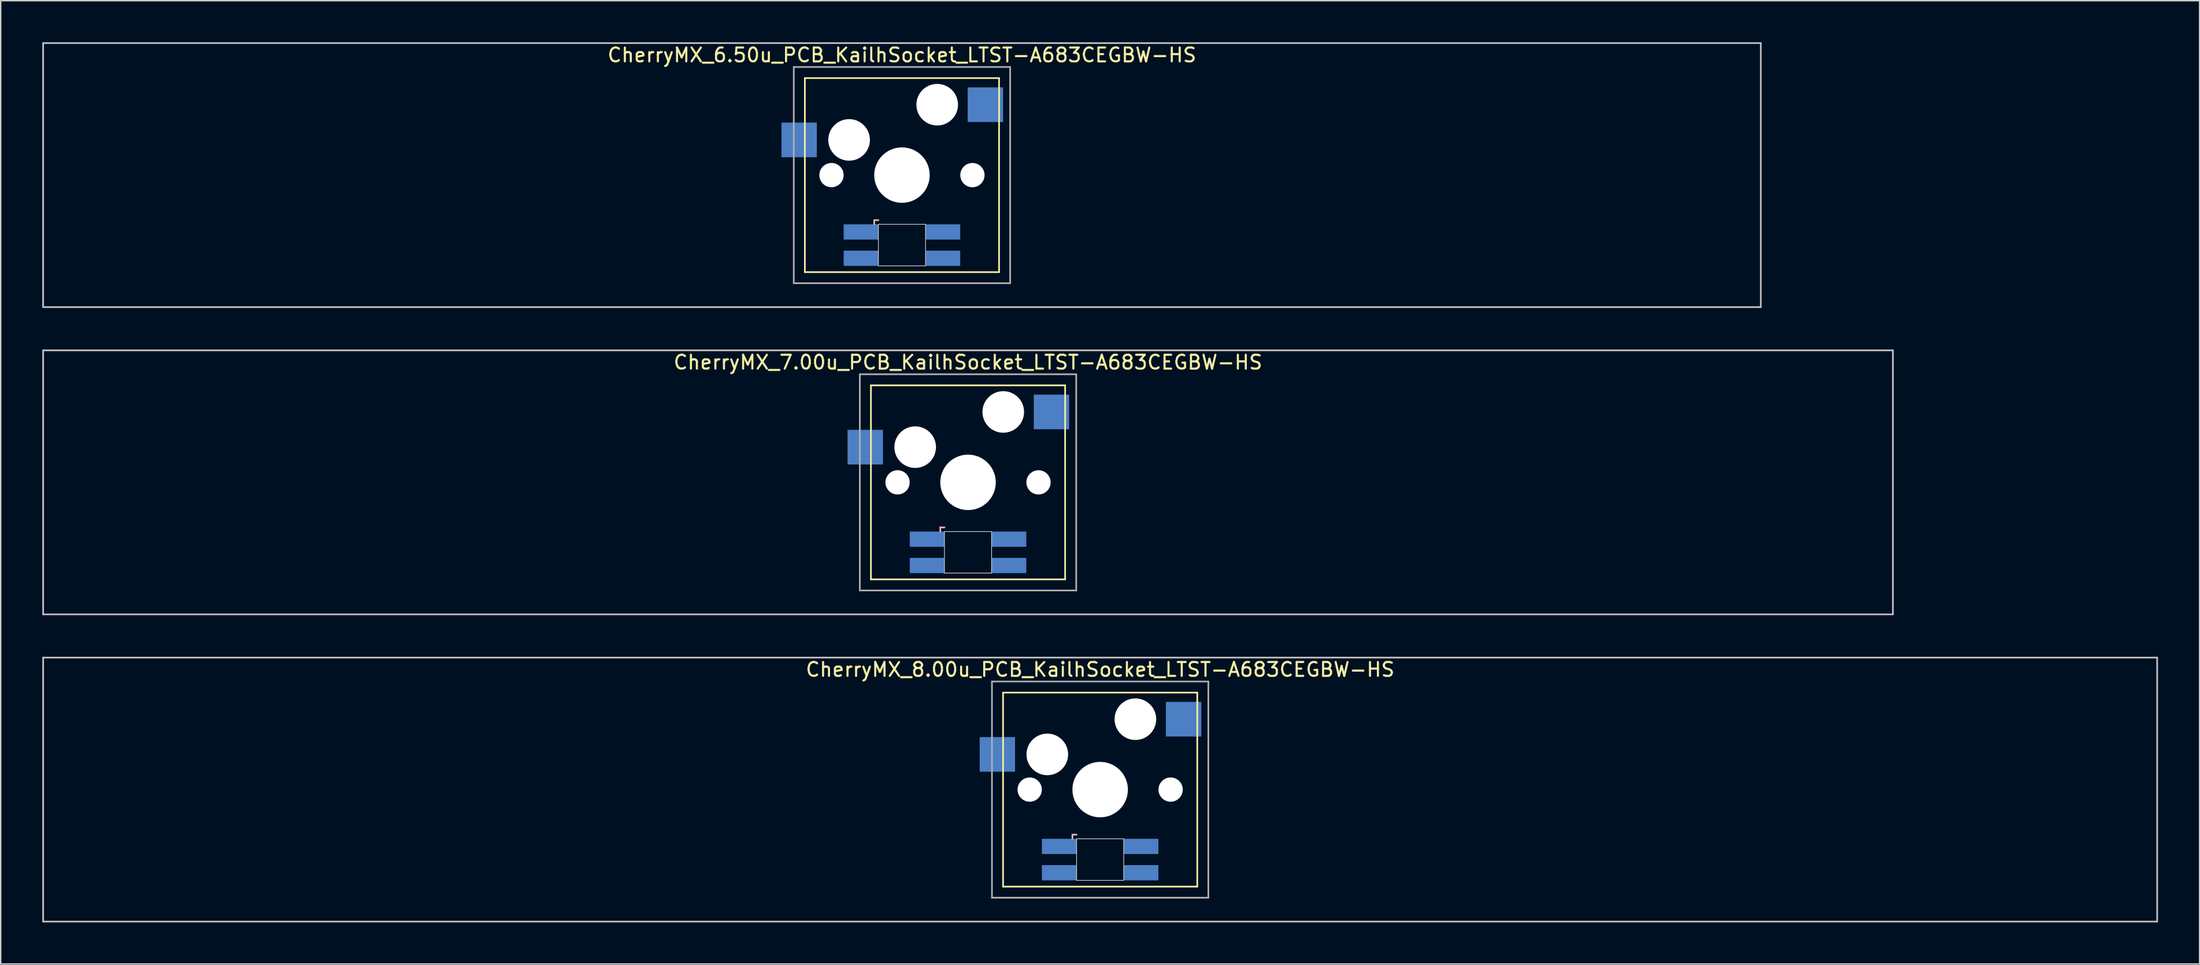
<source format=kicad_pcb>
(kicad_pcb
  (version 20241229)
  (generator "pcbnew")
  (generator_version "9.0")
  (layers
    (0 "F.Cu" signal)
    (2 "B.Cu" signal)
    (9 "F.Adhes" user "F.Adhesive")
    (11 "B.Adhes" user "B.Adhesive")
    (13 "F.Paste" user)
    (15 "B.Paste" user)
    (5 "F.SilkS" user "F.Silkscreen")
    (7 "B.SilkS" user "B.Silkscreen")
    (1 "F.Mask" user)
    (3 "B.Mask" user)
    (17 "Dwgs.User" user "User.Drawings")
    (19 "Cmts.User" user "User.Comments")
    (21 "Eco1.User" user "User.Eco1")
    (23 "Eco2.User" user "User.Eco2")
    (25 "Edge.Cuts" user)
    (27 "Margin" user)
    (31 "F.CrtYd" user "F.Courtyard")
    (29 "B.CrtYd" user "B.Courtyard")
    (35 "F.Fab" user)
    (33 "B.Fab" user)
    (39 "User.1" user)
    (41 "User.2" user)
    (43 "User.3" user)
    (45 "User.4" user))
  (footprint "CherryMX_6.50u_PCB_KailhSocket_LTST-A683CEGBW-HS"
    (layer "F.Cu")
    (at 61.972 9.585)
    (property "Reference" "CherryMX_6.50u_PCB_KailhSocket_LTST-A683CEGBW-HS" (at 0 -8.662 0) (layer "F.SilkS") (effects (font (size 1 1) (thickness 0.15))))
    (attr through_hole)
    (fp_line (start -7 -7) (end -7 7) (stroke (width 0.12) (type solid)) (layer "F.SilkS"))
    (fp_line (start -7 -7) (end 7 -7) (stroke (width 0.12) (type solid)) (layer "F.SilkS"))
    (fp_line (start 7 -7) (end 7 7) (stroke (width 0.12) (type solid)) (layer "F.SilkS"))
    (fp_line (start 7 7) (end -7 7) (stroke (width 0.12) (type solid)) (layer "F.SilkS"))
    (fp_line (start -2 3.25) (end -2 3.55) (stroke (width 0.12) (type solid)) (layer "B.SilkS"))
    (fp_line (start -1.7 3.25) (end -2 3.25) (stroke (width 0.12) (type solid)) (layer "B.SilkS"))
    (fp_line (start -61.913 -9.525) (end 61.913 -9.525) (stroke (width 0.12) (type solid)) (layer "Dwgs.User"))
    (fp_line (start -61.913 9.525) (end -61.913 -9.525) (stroke (width 0.12) (type solid)) (layer "Dwgs.User"))
    (fp_line (start 61.913 -9.525) (end 61.913 9.525) (stroke (width 0.12) (type solid)) (layer "Dwgs.User"))
    (fp_line (start 61.913 9.525) (end -61.913 9.525) (stroke (width 0.12) (type solid)) (layer "Dwgs.User"))
    (fp_line (start -1.7 3.55) (end 1.7 3.55) (stroke (width 0.05) (type solid)) (layer "Edge.Cuts"))
    (fp_line (start -1.7 6.55) (end -1.7 3.55) (stroke (width 0.05) (type solid)) (layer "Edge.Cuts"))
    (fp_line (start 1.7 3.55) (end 1.7 6.55) (stroke (width 0.05) (type solid)) (layer "Edge.Cuts"))
    (fp_line (start 1.7 6.55) (end -1.7 6.55) (stroke (width 0.05) (type solid)) (layer "Edge.Cuts"))
    (fp_line (start -7.8 -7.8) (end -7.8 7.8) (stroke (width 0.12) (type solid)) (layer "F.Fab"))
    (fp_line (start -7.8 -7.8) (end 7.8 -7.8) (stroke (width 0.12) (type solid)) (layer "F.Fab"))
    (fp_line (start -7.8 7.8) (end 7.8 7.8) (stroke (width 0.12) (type solid)) (layer "F.Fab"))
    (fp_line (start 7.8 -7.8) (end 7.8 7.8) (stroke (width 0.12) (type solid)) (layer "F.Fab"))
    (pad "" np_thru_hole circle (at -5.08 0) (size 1.75 1.75) (drill 1.75) (layers "*.Cu" "*.Mask"))
    (pad "" np_thru_hole circle (at -3.81 -2.54) (size 3 3) (drill 3) (layers "*.Cu" "*.Mask"))
    (pad "" np_thru_hole circle (at 0 0) (size 4 4) (drill 4) (layers "*.Cu" "*.Mask"))
    (pad "" np_thru_hole circle (at 2.54 -5.08) (size 3 3) (drill 3) (layers "*.Cu" "*.Mask"))
    (pad "" np_thru_hole circle (at 5.08 0) (size 1.75 1.75) (drill 1.75) (layers "*.Cu" "*.Mask"))
    (pad "1" smd rect (at -7.41 -2.54) (size 2.55 2.5) (layers "B.Cu" "B.Mask" "B.Paste"))
    (pad "2" smd rect (at 6.015 -5.08) (size 2.55 2.5) (layers "B.Cu" "B.Mask" "B.Paste"))
    (pad "3" smd rect (at -2.95 4.1) (size 2.5 1.1) (layers "B.Cu" "B.Mask" "B.Paste"))
    (pad "4" smd rect (at -2.95 6) (size 2.5 1.1) (layers "B.Cu" "B.Mask" "B.Paste"))
    (pad "5" smd rect (at 2.95 4.1) (size 2.5 1.1) (layers "B.Cu" "B.Mask" "B.Paste"))
    (pad "6" smd rect (at 2.95 6) (size 2.5 1.1) (layers "B.Cu" "B.Mask" "B.Paste")))
  (footprint "CherryMX_7.00u_PCB_KailhSocket_LTST-A683CEGBW-HS"
    (layer "F.Cu")
    (at 66.735 31.755)
    (property "Reference" "CherryMX_7.00u_PCB_KailhSocket_LTST-A683CEGBW-HS" (at 0 -8.662 0) (layer "F.SilkS") (effects (font (size 1 1) (thickness 0.15))))
    (attr through_hole)
    (fp_line (start -7 -7) (end -7 7) (stroke (width 0.12) (type solid)) (layer "F.SilkS"))
    (fp_line (start -7 -7) (end 7 -7) (stroke (width 0.12) (type solid)) (layer "F.SilkS"))
    (fp_line (start 7 -7) (end 7 7) (stroke (width 0.12) (type solid)) (layer "F.SilkS"))
    (fp_line (start 7 7) (end -7 7) (stroke (width 0.12) (type solid)) (layer "F.SilkS"))
    (fp_line (start -2 3.25) (end -2 3.55) (stroke (width 0.12) (type solid)) (layer "B.SilkS"))
    (fp_line (start -1.7 3.25) (end -2 3.25) (stroke (width 0.12) (type solid)) (layer "B.SilkS"))
    (fp_line (start -66.675 -9.525) (end 66.675 -9.525) (stroke (width 0.12) (type solid)) (layer "Dwgs.User"))
    (fp_line (start -66.675 9.525) (end -66.675 -9.525) (stroke (width 0.12) (type solid)) (layer "Dwgs.User"))
    (fp_line (start 66.675 -9.525) (end 66.675 9.525) (stroke (width 0.12) (type solid)) (layer "Dwgs.User"))
    (fp_line (start 66.675 9.525) (end -66.675 9.525) (stroke (width 0.12) (type solid)) (layer "Dwgs.User"))
    (fp_line (start -1.7 3.55) (end 1.7 3.55) (stroke (width 0.05) (type solid)) (layer "Edge.Cuts"))
    (fp_line (start -1.7 6.55) (end -1.7 3.55) (stroke (width 0.05) (type solid)) (layer "Edge.Cuts"))
    (fp_line (start 1.7 3.55) (end 1.7 6.55) (stroke (width 0.05) (type solid)) (layer "Edge.Cuts"))
    (fp_line (start 1.7 6.55) (end -1.7 6.55) (stroke (width 0.05) (type solid)) (layer "Edge.Cuts"))
    (fp_line (start -7.8 -7.8) (end -7.8 7.8) (stroke (width 0.12) (type solid)) (layer "F.Fab"))
    (fp_line (start -7.8 -7.8) (end 7.8 -7.8) (stroke (width 0.12) (type solid)) (layer "F.Fab"))
    (fp_line (start -7.8 7.8) (end 7.8 7.8) (stroke (width 0.12) (type solid)) (layer "F.Fab"))
    (fp_line (start 7.8 -7.8) (end 7.8 7.8) (stroke (width 0.12) (type solid)) (layer "F.Fab"))
    (pad "" np_thru_hole circle (at -5.08 0) (size 1.75 1.75) (drill 1.75) (layers "*.Cu" "*.Mask"))
    (pad "" np_thru_hole circle (at -3.81 -2.54) (size 3 3) (drill 3) (layers "*.Cu" "*.Mask"))
    (pad "" np_thru_hole circle (at 0 0) (size 4 4) (drill 4) (layers "*.Cu" "*.Mask"))
    (pad "" np_thru_hole circle (at 2.54 -5.08) (size 3 3) (drill 3) (layers "*.Cu" "*.Mask"))
    (pad "" np_thru_hole circle (at 5.08 0) (size 1.75 1.75) (drill 1.75) (layers "*.Cu" "*.Mask"))
    (pad "1" smd rect (at -7.41 -2.54) (size 2.55 2.5) (layers "B.Cu" "B.Mask" "B.Paste"))
    (pad "2" smd rect (at 6.015 -5.08) (size 2.55 2.5) (layers "B.Cu" "B.Mask" "B.Paste"))
    (pad "3" smd rect (at -2.95 4.1) (size 2.5 1.1) (layers "B.Cu" "B.Mask" "B.Paste"))
    (pad "4" smd rect (at -2.95 6) (size 2.5 1.1) (layers "B.Cu" "B.Mask" "B.Paste"))
    (pad "5" smd rect (at 2.95 4.1) (size 2.5 1.1) (layers "B.Cu" "B.Mask" "B.Paste"))
    (pad "6" smd rect (at 2.95 6) (size 2.5 1.1) (layers "B.Cu" "B.Mask" "B.Paste")))
  (footprint "CherryMX_8.00u_PCB_KailhSocket_LTST-A683CEGBW-HS"
    (layer "F.Cu")
    (at 76.26 53.925)
    (property "Reference" "CherryMX_8.00u_PCB_KailhSocket_LTST-A683CEGBW-HS" (at 0 -8.662 0) (layer "F.SilkS") (effects (font (size 1 1) (thickness 0.15))))
    (attr through_hole)
    (fp_line (start -7 -7) (end -7 7) (stroke (width 0.12) (type solid)) (layer "F.SilkS"))
    (fp_line (start -7 -7) (end 7 -7) (stroke (width 0.12) (type solid)) (layer "F.SilkS"))
    (fp_line (start 7 -7) (end 7 7) (stroke (width 0.12) (type solid)) (layer "F.SilkS"))
    (fp_line (start 7 7) (end -7 7) (stroke (width 0.12) (type solid)) (layer "F.SilkS"))
    (fp_line (start -2 3.25) (end -2 3.55) (stroke (width 0.12) (type solid)) (layer "B.SilkS"))
    (fp_line (start -1.7 3.25) (end -2 3.25) (stroke (width 0.12) (type solid)) (layer "B.SilkS"))
    (fp_line (start -76.2 -9.525) (end 76.2 -9.525) (stroke (width 0.12) (type solid)) (layer "Dwgs.User"))
    (fp_line (start -76.2 9.525) (end -76.2 -9.525) (stroke (width 0.12) (type solid)) (layer "Dwgs.User"))
    (fp_line (start 76.2 -9.525) (end 76.2 9.525) (stroke (width 0.12) (type solid)) (layer "Dwgs.User"))
    (fp_line (start 76.2 9.525) (end -76.2 9.525) (stroke (width 0.12) (type solid)) (layer "Dwgs.User"))
    (fp_line (start -1.7 3.55) (end 1.7 3.55) (stroke (width 0.05) (type solid)) (layer "Edge.Cuts"))
    (fp_line (start -1.7 6.55) (end -1.7 3.55) (stroke (width 0.05) (type solid)) (layer "Edge.Cuts"))
    (fp_line (start 1.7 3.55) (end 1.7 6.55) (stroke (width 0.05) (type solid)) (layer "Edge.Cuts"))
    (fp_line (start 1.7 6.55) (end -1.7 6.55) (stroke (width 0.05) (type solid)) (layer "Edge.Cuts"))
    (fp_line (start -7.8 -7.8) (end -7.8 7.8) (stroke (width 0.12) (type solid)) (layer "F.Fab"))
    (fp_line (start -7.8 -7.8) (end 7.8 -7.8) (stroke (width 0.12) (type solid)) (layer "F.Fab"))
    (fp_line (start -7.8 7.8) (end 7.8 7.8) (stroke (width 0.12) (type solid)) (layer "F.Fab"))
    (fp_line (start 7.8 -7.8) (end 7.8 7.8) (stroke (width 0.12) (type solid)) (layer "F.Fab"))
    (pad "" np_thru_hole circle (at -5.08 0) (size 1.75 1.75) (drill 1.75) (layers "*.Cu" "*.Mask"))
    (pad "" np_thru_hole circle (at -3.81 -2.54) (size 3 3) (drill 3) (layers "*.Cu" "*.Mask"))
    (pad "" np_thru_hole circle (at 0 0) (size 4 4) (drill 4) (layers "*.Cu" "*.Mask"))
    (pad "" np_thru_hole circle (at 2.54 -5.08) (size 3 3) (drill 3) (layers "*.Cu" "*.Mask"))
    (pad "" np_thru_hole circle (at 5.08 0) (size 1.75 1.75) (drill 1.75) (layers "*.Cu" "*.Mask"))
    (pad "1" smd rect (at -7.41 -2.54) (size 2.55 2.5) (layers "B.Cu" "B.Mask" "B.Paste"))
    (pad "2" smd rect (at 6.015 -5.08) (size 2.55 2.5) (layers "B.Cu" "B.Mask" "B.Paste"))
    (pad "3" smd rect (at -2.95 4.1) (size 2.5 1.1) (layers "B.Cu" "B.Mask" "B.Paste"))
    (pad "4" smd rect (at -2.95 6) (size 2.5 1.1) (layers "B.Cu" "B.Mask" "B.Paste"))
    (pad "5" smd rect (at 2.95 4.1) (size 2.5 1.1) (layers "B.Cu" "B.Mask" "B.Paste"))
    (pad "6" smd rect (at 2.95 6) (size 2.5 1.1) (layers "B.Cu" "B.Mask" "B.Paste")))
  (gr_rect
    (start -3 -3)
    (end 155.52 66.51)
    (stroke (width 0.1) (type default))
    (fill no)
    (layer "Edge.Cuts")))
</source>
